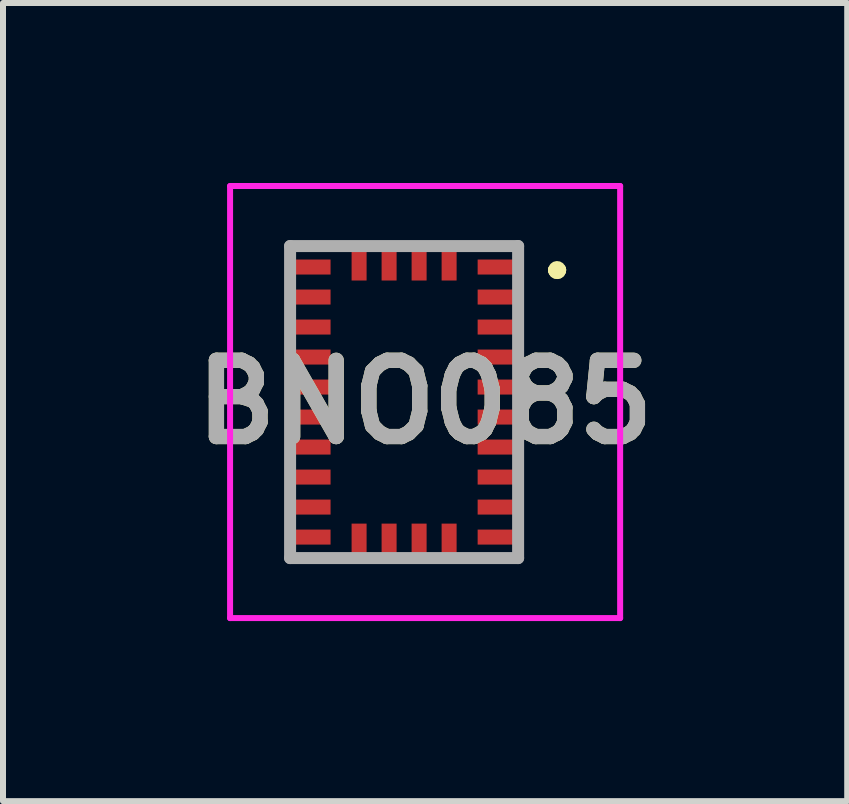
<source format=kicad_pcb>
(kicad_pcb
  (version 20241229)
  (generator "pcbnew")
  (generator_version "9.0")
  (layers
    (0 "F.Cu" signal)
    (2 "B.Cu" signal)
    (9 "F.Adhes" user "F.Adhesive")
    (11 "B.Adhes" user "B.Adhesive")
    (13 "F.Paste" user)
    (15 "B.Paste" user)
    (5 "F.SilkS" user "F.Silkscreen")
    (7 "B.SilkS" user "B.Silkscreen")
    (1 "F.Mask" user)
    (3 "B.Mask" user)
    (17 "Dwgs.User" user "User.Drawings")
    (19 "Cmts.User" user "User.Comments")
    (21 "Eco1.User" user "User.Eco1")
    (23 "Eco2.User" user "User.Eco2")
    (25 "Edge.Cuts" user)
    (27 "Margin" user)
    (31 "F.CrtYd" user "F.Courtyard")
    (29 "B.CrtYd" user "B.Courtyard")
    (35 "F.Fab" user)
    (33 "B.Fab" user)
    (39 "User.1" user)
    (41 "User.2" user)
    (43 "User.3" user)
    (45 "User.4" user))
  (footprint "BNO085"
    (layer "F.Cu")
    (at 3.684 3.65)
    (property "Reference" "BNO085" (at 0.35 0 0) (layer "F.SilkS") (effects (font (size 1.27 1.27) (thickness 0.254))))
    (attr smd)
    (fp_line (start 2.5 -2.2) (end 2.5 -2.2) (stroke (width 0.2) (type solid)) (layer "F.SilkS"))
    (fp_line (start 2.5 -2.2) (end 2.5 -2.2) (stroke (width 0.2) (type solid)) (layer "F.SilkS"))
    (fp_line (start 2.6 -2.2) (end 2.6 -2.2) (stroke (width 0.2) (type solid)) (layer "F.SilkS"))
    (fp_arc (start 2.5 -2.2) (mid 2.55 -2.25) (end 2.6 -2.2) (stroke (width 0.2) (type solid)) (layer "F.SilkS"))
    (fp_arc (start 2.6 -2.2) (mid 2.55 -2.15) (end 2.5 -2.2) (stroke (width 0.2) (type solid)) (layer "F.SilkS"))
    (fp_arc (start 2.6 -2.2) (mid 2.55 -2.15) (end 2.5 -2.2) (stroke (width 0.2) (type solid)) (layer "F.SilkS"))
    (fp_line (start -2.9 -3.6) (end 3.6 -3.6) (stroke (width 0.1) (type solid)) (layer "F.CrtYd"))
    (fp_line (start -2.9 3.6) (end -2.9 -3.6) (stroke (width 0.1) (type solid)) (layer "F.CrtYd"))
    (fp_line (start 3.6 -3.6) (end 3.6 3.6) (stroke (width 0.1) (type solid)) (layer "F.CrtYd"))
    (fp_line (start 3.6 3.6) (end -2.9 3.6) (stroke (width 0.1) (type solid)) (layer "F.CrtYd"))
    (fp_line (start -1.9 -2.6) (end -1.9 2.6) (stroke (width 0.2) (type solid)) (layer "F.Fab"))
    (fp_line (start -1.9 2.6) (end 1.9 2.6) (stroke (width 0.2) (type solid)) (layer "F.Fab"))
    (fp_line (start 1.9 -2.6) (end -1.9 -2.6) (stroke (width 0.2) (type solid)) (layer "F.Fab"))
    (fp_line (start 1.9 2.6) (end 1.9 -2.6) (stroke (width 0.2) (type solid)) (layer "F.Fab"))
    (fp_text user "${REFERENCE}" (at 0.35 0 0) (layer "F.Fab") (effects (font (size 1.27 1.27) (thickness 0.254))))
    (pad "1" smd rect (at 1.563 -2.25 90) (size 0.25 0.675) (layers "F.Cu" "F.Mask" "F.Paste"))
    (pad "2" smd rect (at 0.75 -2.313) (size 0.25 0.575) (layers "F.Cu" "F.Mask" "F.Paste"))
    (pad "3" smd rect (at 0.25 -2.313) (size 0.25 0.575) (layers "F.Cu" "F.Mask" "F.Paste"))
    (pad "4" smd rect (at -0.25 -2.313) (size 0.25 0.575) (layers "F.Cu" "F.Mask" "F.Paste"))
    (pad "5" smd rect (at -0.75 -2.313) (size 0.25 0.575) (layers "F.Cu" "F.Mask" "F.Paste"))
    (pad "6" smd rect (at -1.563 -2.25 90) (size 0.25 0.675) (layers "F.Cu" "F.Mask" "F.Paste"))
    (pad "7" smd rect (at -1.563 -1.75 90) (size 0.25 0.675) (layers "F.Cu" "F.Mask" "F.Paste"))
    (pad "8" smd rect (at -1.563 -1.25 90) (size 0.25 0.675) (layers "F.Cu" "F.Mask" "F.Paste"))
    (pad "9" smd rect (at -1.563 -0.75 90) (size 0.25 0.675) (layers "F.Cu" "F.Mask" "F.Paste"))
    (pad "10" smd rect (at -1.563 -0.25 90) (size 0.25 0.675) (layers "F.Cu" "F.Mask" "F.Paste"))
    (pad "11" smd rect (at -1.563 0.25 90) (size 0.25 0.675) (layers "F.Cu" "F.Mask" "F.Paste"))
    (pad "12" smd rect (at -1.563 0.75 90) (size 0.25 0.675) (layers "F.Cu" "F.Mask" "F.Paste"))
    (pad "13" smd rect (at -1.563 1.25 90) (size 0.25 0.675) (layers "F.Cu" "F.Mask" "F.Paste"))
    (pad "14" smd rect (at -1.563 1.75 90) (size 0.25 0.675) (layers "F.Cu" "F.Mask" "F.Paste"))
    (pad "15" smd rect (at -1.563 2.25 90) (size 0.25 0.675) (layers "F.Cu" "F.Mask" "F.Paste"))
    (pad "16" smd rect (at -0.75 2.313) (size 0.25 0.575) (layers "F.Cu" "F.Mask" "F.Paste"))
    (pad "17" smd rect (at -0.25 2.313) (size 0.25 0.575) (layers "F.Cu" "F.Mask" "F.Paste"))
    (pad "18" smd rect (at 0.25 2.313) (size 0.25 0.575) (layers "F.Cu" "F.Mask" "F.Paste"))
    (pad "19" smd rect (at 0.75 2.313) (size 0.25 0.575) (layers "F.Cu" "F.Mask" "F.Paste"))
    (pad "20" smd rect (at 1.563 2.25 90) (size 0.25 0.675) (layers "F.Cu" "F.Mask" "F.Paste"))
    (pad "21" smd rect (at 1.563 1.75 90) (size 0.25 0.675) (layers "F.Cu" "F.Mask" "F.Paste"))
    (pad "22" smd rect (at 1.563 1.25 90) (size 0.25 0.675) (layers "F.Cu" "F.Mask" "F.Paste"))
    (pad "23" smd rect (at 1.563 0.75 90) (size 0.25 0.675) (layers "F.Cu" "F.Mask" "F.Paste"))
    (pad "24" smd rect (at 1.563 0.25 90) (size 0.25 0.675) (layers "F.Cu" "F.Mask" "F.Paste"))
    (pad "25" smd rect (at 1.563 -0.25 90) (size 0.25 0.675) (layers "F.Cu" "F.Mask" "F.Paste"))
    (pad "26" smd rect (at 1.563 -0.75 90) (size 0.25 0.675) (layers "F.Cu" "F.Mask" "F.Paste"))
    (pad "27" smd rect (at 1.563 -1.25 90) (size 0.25 0.675) (layers "F.Cu" "F.Mask" "F.Paste"))
    (pad "28" smd rect (at 1.563 -1.75 90) (size 0.25 0.675) (layers "F.Cu" "F.Mask" "F.Paste")))
  (gr_rect
    (start -3 -3)
    (end 11.068 10.3)
    (stroke (width 0.1) (type default))
    (fill no)
    (layer "Edge.Cuts")))
</source>
